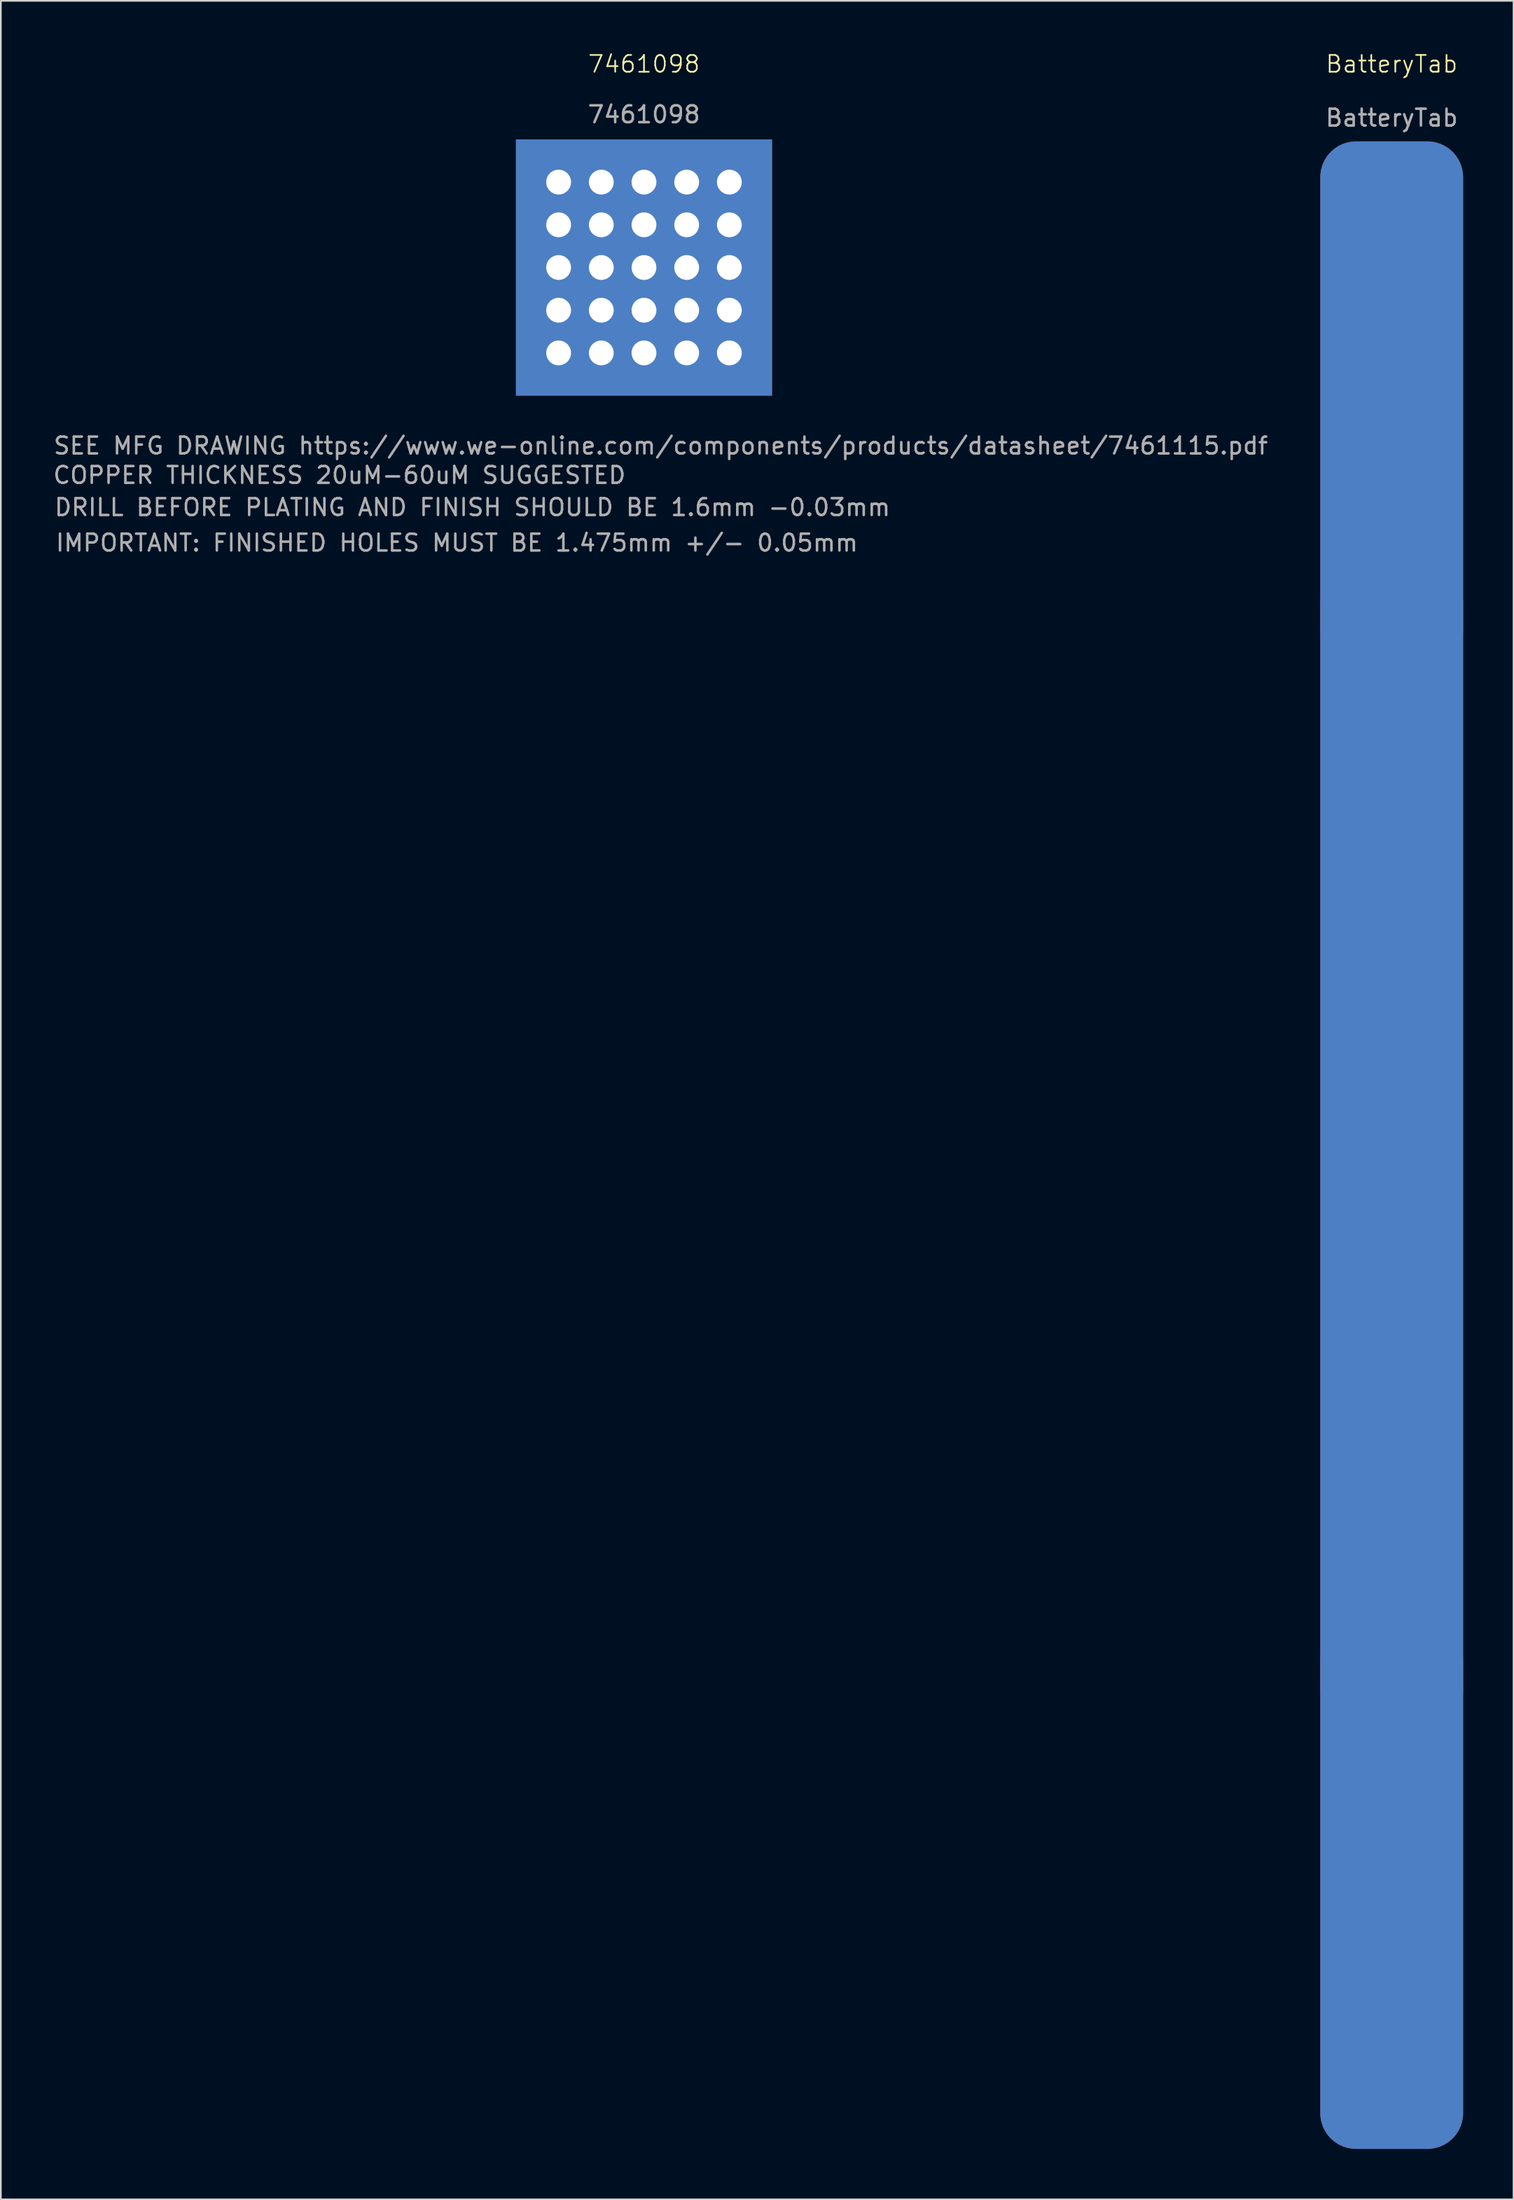
<source format=kicad_pcb>
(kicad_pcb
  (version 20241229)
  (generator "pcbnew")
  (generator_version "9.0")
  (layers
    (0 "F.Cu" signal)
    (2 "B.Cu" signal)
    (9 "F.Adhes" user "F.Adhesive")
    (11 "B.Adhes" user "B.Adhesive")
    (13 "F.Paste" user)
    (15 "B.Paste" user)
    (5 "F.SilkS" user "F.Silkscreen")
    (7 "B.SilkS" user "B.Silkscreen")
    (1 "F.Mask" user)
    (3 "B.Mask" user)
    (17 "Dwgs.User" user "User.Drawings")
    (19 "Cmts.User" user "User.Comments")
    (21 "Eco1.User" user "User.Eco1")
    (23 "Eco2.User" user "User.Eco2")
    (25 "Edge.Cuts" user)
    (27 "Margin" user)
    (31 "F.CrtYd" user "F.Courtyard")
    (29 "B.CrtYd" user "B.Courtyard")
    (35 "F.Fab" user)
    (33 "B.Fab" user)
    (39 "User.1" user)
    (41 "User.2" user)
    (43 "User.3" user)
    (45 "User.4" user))
  (footprint "BatteryTab"
    (layer "F.Cu")
    (at 79.766 65.16)
    (property "Reference" "BatteryTab" (at 0 -64.4 0) (unlocked yes) (layer "F.SilkS") (effects (font (size 1 1) (thickness 0.1))))
    (attr smd)
    (fp_text user "${REFERENCE}" (at 0 -61.2 0) (unlocked yes) (layer "F.Fab") (effects (font (size 1 1) (thickness 0.15))))
    (pad "1" smd roundrect (at 0 -44.2) (size 8.5 31.2) (layers "F.Cu" "F.Mask" "F.Paste") (roundrect_rratio 0.25))
    (pad "1" smd roundrect (at 0 -0.1) (size 8.5 119.4) (layers "B.Cu") (roundrect_rratio 0.25))
    (pad "1" smd rect (at 0 0) (size 8.5 65) (layers "F.Cu"))
    (pad "1" smd roundrect (at 0 44) (size 8.5 31.2) (layers "F.Cu" "F.Mask" "F.Paste") (roundrect_rratio 0.25)))
  (footprint "7461098"
    (layer "F.Cu")
    (at 35.272 12.861)
    (property "Reference" "7461098" (at 0 -12.1 0) (unlocked yes) (layer "F.SilkS") (effects (font (size 1 1) (thickness 0.1))))
    (attr smd)
    (fp_text user "COPPER THICKNESS 20uM-60uM SUGGESTED" (at -18.123 12.35 0) (unlocked yes) (layer "F.Fab") (effects (font (size 1 1) (thickness 0.15))))
    (fp_text user "IMPORTANT: FINISHED HOLES MUST BE 1.475mm +/- 0.05mm" (at -11.132 16.373 0) (unlocked yes) (layer "F.Fab") (effects (font (size 1 1) (thickness 0.15))))
    (fp_text user "SEE MFG DRAWING https://www.we-online.com/components/products/datasheet/7461115.pdf" (at 1 10.6 0) (unlocked yes) (layer "F.Fab") (effects (font (size 1 1) (thickness 0.15))))
    (fp_text user "DRILL BEFORE PLATING AND FINISH SHOULD BE 1.6mm -0.03mm" (at -10.209 14.262 0) (unlocked yes) (layer "F.Fab") (effects (font (size 1 1) (thickness 0.15))))
    (fp_text user "${REFERENCE}" (at 0 -9.1 0) (unlocked yes) (layer "F.Fab") (effects (font (size 1 1) (thickness 0.15))))
    (pad "1" thru_hole circle (at -5.08 -5.08 180) (size 2 2) (drill 1.475) (layers "*.Cu" "*.Mask"))
    (pad "1" thru_hole circle (at -5.08 -2.54 180) (size 2 2) (drill 1.475) (layers "*.Cu" "*.Mask"))
    (pad "1" thru_hole circle (at -5.08 0 180) (size 2 2) (drill 1.475) (layers "*.Cu" "*.Mask"))
    (pad "1" thru_hole circle (at -5.08 2.54 180) (size 2 2) (drill 1.475) (layers "*.Cu" "*.Mask"))
    (pad "1" thru_hole circle (at -5.08 5.08 180) (size 2 2) (drill 1.475) (layers "*.Cu" "*.Mask"))
    (pad "1" thru_hole circle (at -2.54 -5.08 180) (size 2 2) (drill 1.475) (layers "*.Cu" "*.Mask"))
    (pad "1" thru_hole circle (at -2.54 -2.54 180) (size 2 2) (drill 1.475) (layers "*.Cu" "*.Mask"))
    (pad "1" thru_hole circle (at -2.54 0 180) (size 2 2) (drill 1.475) (layers "*.Cu" "*.Mask"))
    (pad "1" thru_hole circle (at -2.54 2.54 180) (size 2 2) (drill 1.475) (layers "*.Cu" "*.Mask"))
    (pad "1" thru_hole circle (at -2.54 5.08 180) (size 2 2) (drill 1.475) (layers "*.Cu" "*.Mask"))
    (pad "1" thru_hole circle (at 0 -5.08 180) (size 2 2) (drill 1.475) (layers "*.Cu" "*.Mask"))
    (pad "1" thru_hole circle (at 0 -2.54 180) (size 2 2) (drill 1.475) (layers "*.Cu" "*.Mask"))
    (pad "1" thru_hole circle (at 0 0 180) (size 2 2) (drill 1.475) (layers "*.Cu" "*.Mask"))
    (pad "1" smd rect (at 0 0 180) (size 15.24 15.24) (layers "F.Cu" "F.Mask"))
    (pad "1" smd rect (at 0 0 180) (size 15.24 15.24) (layers "B.Cu"))
    (pad "1" thru_hole circle (at 0 2.54 180) (size 2 2) (drill 1.475) (layers "*.Cu" "*.Mask"))
    (pad "1" thru_hole circle (at 0 5.08 180) (size 2 2) (drill 1.475) (layers "*.Cu" "*.Mask"))
    (pad "1" thru_hole circle (at 2.54 -5.08 180) (size 2 2) (drill 1.475) (layers "*.Cu" "*.Mask"))
    (pad "1" thru_hole circle (at 2.54 -2.54 180) (size 2 2) (drill 1.475) (layers "*.Cu" "*.Mask"))
    (pad "1" thru_hole circle (at 2.54 0 180) (size 2 2) (drill 1.475) (layers "*.Cu" "*.Mask"))
    (pad "1" thru_hole circle (at 2.54 2.54 180) (size 2 2) (drill 1.475) (layers "*.Cu" "*.Mask"))
    (pad "1" thru_hole circle (at 2.54 5.08 180) (size 2 2) (drill 1.475) (layers "*.Cu" "*.Mask"))
    (pad "1" thru_hole circle (at 5.08 -5.08 180) (size 2 2) (drill 1.475) (layers "*.Cu" "*.Mask"))
    (pad "1" thru_hole circle (at 5.08 -2.54 180) (size 2 2) (drill 1.475) (layers "*.Cu" "*.Mask"))
    (pad "1" thru_hole circle (at 5.08 0 180) (size 2 2) (drill 1.475) (layers "*.Cu" "*.Mask"))
    (pad "1" thru_hole circle (at 5.08 2.54 180) (size 2 2) (drill 1.475) (layers "*.Cu" "*.Mask"))
    (pad "1" thru_hole circle (at 5.08 5.08 180) (size 2 2) (drill 1.475) (layers "*.Cu" "*.Mask")))
  (gr_rect
    (start -3 -3)
    (end 87.016 127.76)
    (stroke (width 0.1) (type default))
    (fill no)
    (layer "Edge.Cuts")))
</source>
